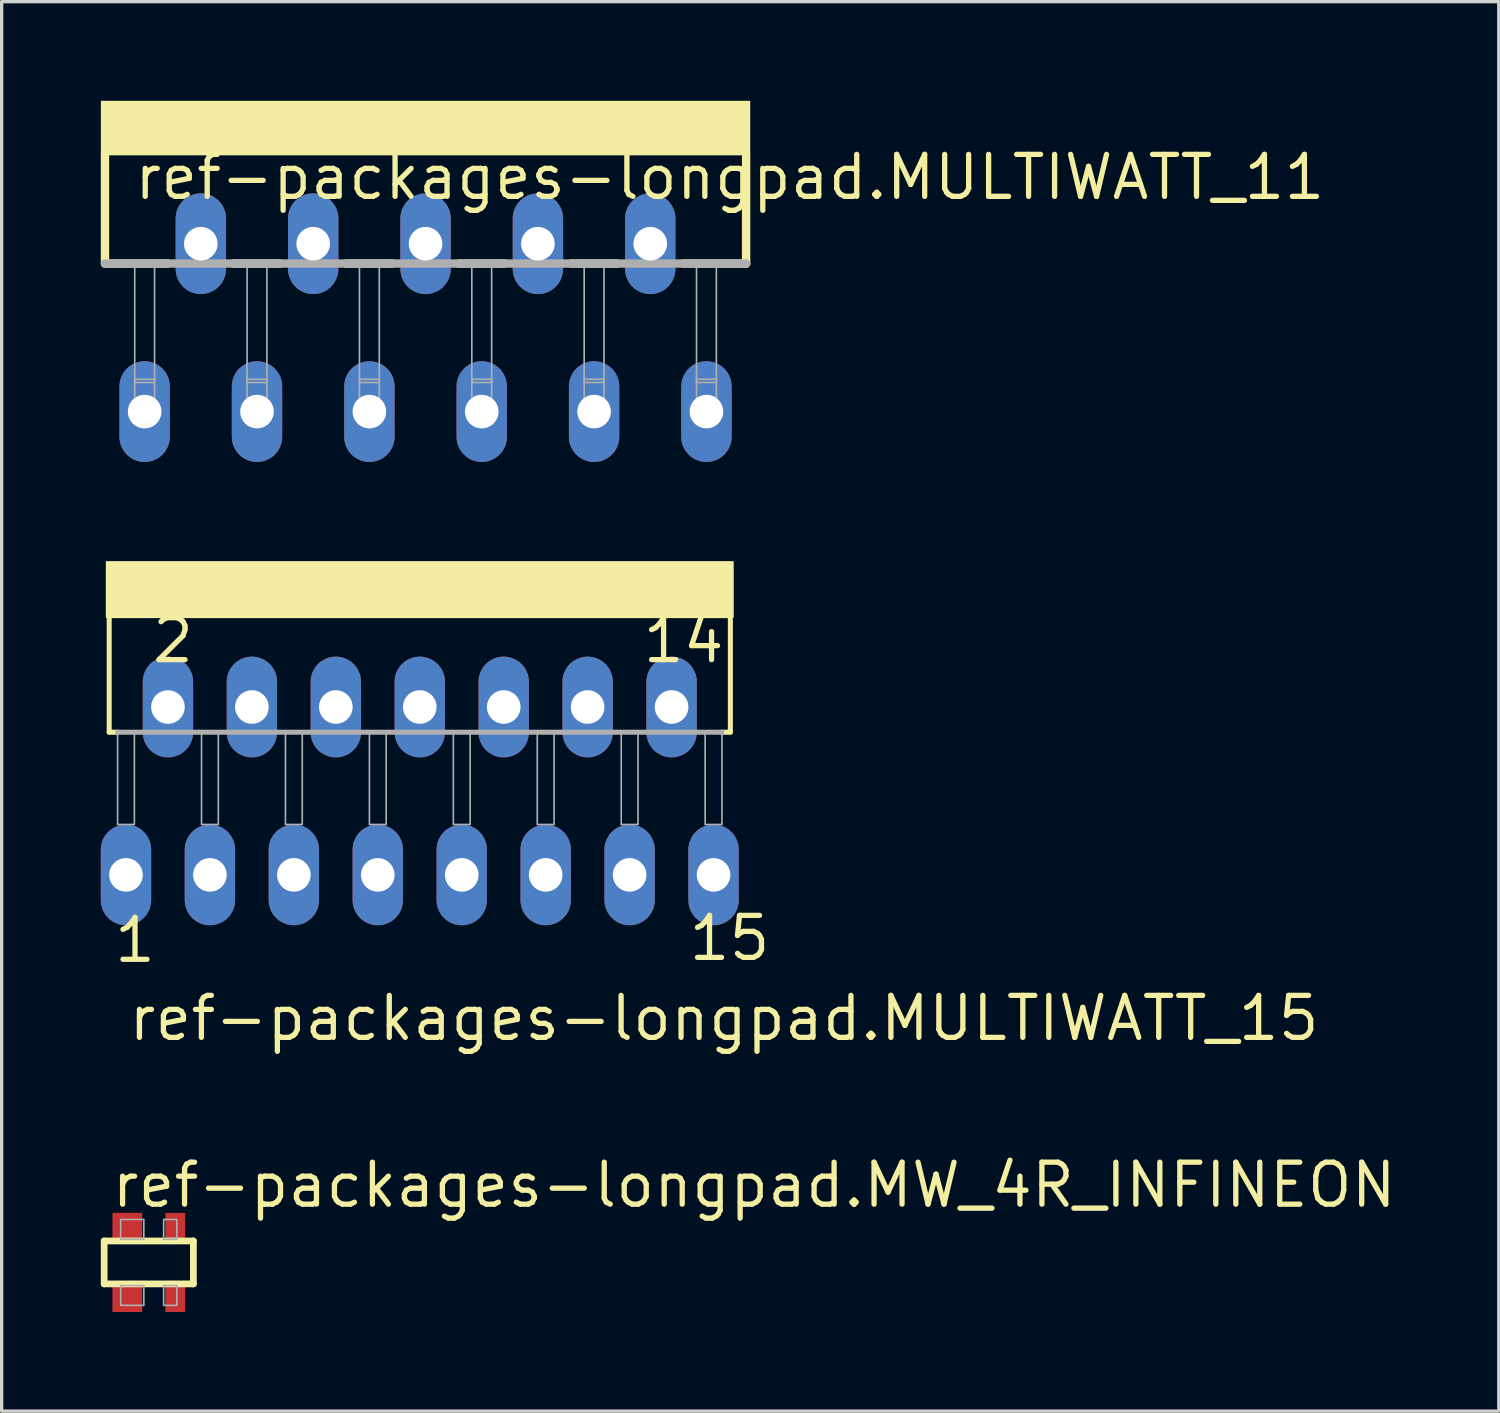
<source format=kicad_pcb>
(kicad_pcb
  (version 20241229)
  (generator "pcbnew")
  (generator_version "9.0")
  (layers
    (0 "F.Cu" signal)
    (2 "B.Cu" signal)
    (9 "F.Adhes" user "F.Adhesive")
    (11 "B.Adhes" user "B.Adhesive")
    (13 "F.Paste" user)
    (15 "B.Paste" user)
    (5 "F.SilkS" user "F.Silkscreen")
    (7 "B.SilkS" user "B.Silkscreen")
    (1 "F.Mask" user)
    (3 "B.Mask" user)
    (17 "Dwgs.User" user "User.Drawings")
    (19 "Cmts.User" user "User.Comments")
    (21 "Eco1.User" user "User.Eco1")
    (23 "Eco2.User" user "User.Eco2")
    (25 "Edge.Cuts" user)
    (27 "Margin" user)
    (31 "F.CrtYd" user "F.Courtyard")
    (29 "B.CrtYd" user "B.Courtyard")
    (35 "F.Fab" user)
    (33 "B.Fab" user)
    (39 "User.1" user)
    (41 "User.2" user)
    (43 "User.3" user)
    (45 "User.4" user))
  (footprint "ref-packages-longpad.MW_4R_INFINEON"
    (layer "F.Cu")
    (at 1.452 35.151)
    (property "Reference" "ref-packages-longpad.MW_4R_INFINEON" (at -1.2 -1.6 0) (layer "F.SilkS") (effects (font (size 1.27 1.27) (thickness 0.16)) (justify left bottom)))
    (attr smd)
    (fp_line (start -1.35 -0.65) (end -1.35 0.65) (stroke (width 0.203) (type default)) (layer "F.SilkS"))
    (fp_line (start -1.35 0.65) (end 1.35 0.65) (stroke (width 0.203) (type default)) (layer "F.SilkS"))
    (fp_line (start 1.35 -0.65) (end -1.35 -0.65) (stroke (width 0.203) (type default)) (layer "F.SilkS"))
    (fp_line (start 1.35 0.65) (end 1.35 -0.65) (stroke (width 0.203) (type default)) (layer "F.SilkS"))
    (fp_rect (start -0.85 -0.7) (end -0.15 -1.3) (stroke (width 0.05) (type default)) (fill no) (layer "F.Fab"))
    (fp_rect (start -0.85 1.3) (end -0.15 0.7) (stroke (width 0.05) (type default)) (fill no) (layer "F.Fab"))
    (fp_rect (start 0.45 -0.7) (end 0.85 -1.3) (stroke (width 0.05) (type default)) (fill no) (layer "F.Fab"))
    (fp_rect (start 0.45 1.3) (end 0.85 0.7) (stroke (width 0.05) (type default)) (fill no) (layer "F.Fab"))
    (pad "1" smd roundrect (at -0.65 1.05) (size 0.9 0.9) (layers "F.Cu" "F.Mask" "F.Paste") (roundrect_rratio 0.01))
    (pad "2" smd roundrect (at 0.8 1.05) (size 0.6 0.9) (layers "F.Cu" "F.Mask" "F.Paste") (roundrect_rratio 0.01))
    (pad "3" smd roundrect (at 0.8 -1.05) (size 0.6 0.9) (layers "F.Cu" "F.Mask" "F.Paste") (roundrect_rratio 0.01))
    (pad "4" smd roundrect (at -0.65 -1.05) (size 0.9 0.9) (layers "F.Cu" "F.Mask" "F.Paste") (roundrect_rratio 0.01)))
  (footprint "ref-packages-longpad.MULTIWATT_15"
    (layer "F.Cu")
    (at 9.652 15.804)
    (property "Reference" "ref-packages-longpad.MULTIWATT_15" (at -8.89 12.7 0) (layer "F.SilkS") (effects (font (size 1.27 1.27) (thickness 0.16)) (justify left bottom)))
    (attr through_hole)
    (fp_line (start -9.398 -0.254) (end -9.398 3.302) (stroke (width 0.152) (type default)) (layer "F.SilkS"))
    (fp_line (start -9.398 3.302) (end -9.144 3.302) (stroke (width 0.152) (type default)) (layer "F.SilkS"))
    (fp_line (start 9.144 3.302) (end 9.398 3.302) (stroke (width 0.152) (type default)) (layer "F.SilkS"))
    (fp_line (start 9.398 -0.254) (end 9.398 3.302) (stroke (width 0.152) (type default)) (layer "F.SilkS"))
    (fp_rect (start -9.475 -0.175) (end 9.475 -1.85) (stroke (width 0.05) (type default)) (fill yes) (layer "F.SilkS"))
    (fp_line (start -9.144 3.302) (end 9.144 3.302) (stroke (width 0.152) (type default)) (layer "F.Fab"))
    (fp_rect (start -9.144 6.096) (end -8.636 3.302) (stroke (width 0.05) (type default)) (fill no) (layer "F.Fab"))
    (fp_rect (start -6.604 6.096) (end -6.096 3.302) (stroke (width 0.05) (type default)) (fill no) (layer "F.Fab"))
    (fp_rect (start -4.064 6.096) (end -3.556 3.302) (stroke (width 0.05) (type default)) (fill no) (layer "F.Fab"))
    (fp_rect (start -1.524 6.096) (end -1.016 3.302) (stroke (width 0.05) (type default)) (fill no) (layer "F.Fab"))
    (fp_rect (start 1.016 6.096) (end 1.524 3.302) (stroke (width 0.05) (type default)) (fill no) (layer "F.Fab"))
    (fp_rect (start 3.556 6.096) (end 4.064 3.302) (stroke (width 0.05) (type default)) (fill no) (layer "F.Fab"))
    (fp_rect (start 6.096 6.096) (end 6.604 3.302) (stroke (width 0.05) (type default)) (fill no) (layer "F.Fab"))
    (fp_rect (start 8.636 6.096) (end 9.144 3.302) (stroke (width 0.05) (type default)) (fill no) (layer "F.Fab"))
    (fp_text user "1" (at -9.327 10.338 0) (layer "F.SilkS") (effects (font (size 1.27 1.27) (thickness 0.16)) (justify left bottom)))
    (fp_text user "2" (at -8.177 1.27 0) (layer "F.SilkS") (effects (font (size 1.27 1.27) (thickness 0.16)) (justify left bottom)))
    (fp_text user "14" (at 6.668 1.27 0) (layer "F.SilkS") (effects (font (size 1.27 1.27) (thickness 0.16)) (justify left bottom)))
    (fp_text user "15" (at 8.058 10.279 0) (layer "F.SilkS") (effects (font (size 1.27 1.27) (thickness 0.16)) (justify left bottom)))
    (pad "1" thru_hole oval (at -8.89 7.62 90) (size 3.048 1.524) (drill 1.016) (layers "*.Cu" "*.Mask"))
    (pad "2" thru_hole oval (at -7.62 2.54 90) (size 3.048 1.524) (drill 1.016) (layers "*.Cu" "*.Mask"))
    (pad "3" thru_hole oval (at -6.35 7.62 90) (size 3.048 1.524) (drill 1.016) (layers "*.Cu" "*.Mask"))
    (pad "4" thru_hole oval (at -5.08 2.54 90) (size 3.048 1.524) (drill 1.016) (layers "*.Cu" "*.Mask"))
    (pad "5" thru_hole oval (at -3.81 7.62 90) (size 3.048 1.524) (drill 1.016) (layers "*.Cu" "*.Mask"))
    (pad "6" thru_hole oval (at -2.54 2.54 90) (size 3.048 1.524) (drill 1.016) (layers "*.Cu" "*.Mask"))
    (pad "7" thru_hole oval (at -1.27 7.62 90) (size 3.048 1.524) (drill 1.016) (layers "*.Cu" "*.Mask"))
    (pad "8" thru_hole oval (at 0 2.54 90) (size 3.048 1.524) (drill 1.016) (layers "*.Cu" "*.Mask"))
    (pad "9" thru_hole oval (at 1.27 7.62 90) (size 3.048 1.524) (drill 1.016) (layers "*.Cu" "*.Mask"))
    (pad "10" thru_hole oval (at 2.54 2.54 90) (size 3.048 1.524) (drill 1.016) (layers "*.Cu" "*.Mask"))
    (pad "11" thru_hole oval (at 3.81 7.62 90) (size 3.048 1.524) (drill 1.016) (layers "*.Cu" "*.Mask"))
    (pad "12" thru_hole oval (at 5.08 2.54 90) (size 3.048 1.524) (drill 1.016) (layers "*.Cu" "*.Mask"))
    (pad "13" thru_hole oval (at 6.35 7.62 90) (size 3.048 1.524) (drill 1.016) (layers "*.Cu" "*.Mask"))
    (pad "14" thru_hole oval (at 7.62 2.54 90) (size 3.048 1.524) (drill 1.016) (layers "*.Cu" "*.Mask"))
    (pad "15" thru_hole oval (at 8.89 7.62 90) (size 3.048 1.524) (drill 1.016) (layers "*.Cu" "*.Mask")))
  (footprint "ref-packages-longpad.MULTIWATT_11"
    (layer "F.Cu")
    (at 9.827 3.055)
    (property "Reference" "ref-packages-longpad.MULTIWATT_11" (at -8.89 0 0) (layer "F.SilkS") (effects (font (size 1.27 1.27) (thickness 0.16)) (justify left bottom)))
    (attr through_hole)
    (fp_line (start -9.7 1.87) (end -9.7 -1.43) (stroke (width 0.254) (type default)) (layer "F.SilkS"))
    (fp_line (start -9.7 1.87) (end -7.8 1.87) (stroke (width 0.254) (type default)) (layer "F.SilkS"))
    (fp_line (start -5.8 1.87) (end -4.4 1.87) (stroke (width 0.254) (type default)) (layer "F.SilkS"))
    (fp_line (start -2.4 1.87) (end -1 1.87) (stroke (width 0.254) (type default)) (layer "F.SilkS"))
    (fp_line (start 1 1.87) (end 2.4 1.87) (stroke (width 0.254) (type default)) (layer "F.SilkS"))
    (fp_line (start 4.4 1.87) (end 5.8 1.87) (stroke (width 0.254) (type default)) (layer "F.SilkS"))
    (fp_line (start 7.8 1.87) (end 9.7 1.87) (stroke (width 0.254) (type default)) (layer "F.SilkS"))
    (fp_line (start 9.7 1.87) (end 9.7 -1.43) (stroke (width 0.254) (type default)) (layer "F.SilkS"))
    (fp_rect (start -9.8 -1.43) (end 9.8 -3.03) (stroke (width 0.05) (type default)) (fill yes) (layer "F.SilkS"))
    (fp_line (start -9.7 1.87) (end 9.7 1.87) (stroke (width 0.254) (type default)) (layer "F.Fab"))
    (fp_rect (start -8.8 5.47) (end -8.2 1.97) (stroke (width 0.05) (type default)) (fill no) (layer "F.Fab"))
    (fp_rect (start -8.8 6.57) (end -8.2 5.37) (stroke (width 0.05) (type default)) (fill no) (layer "F.Fab"))
    (fp_rect (start -5.4 5.47) (end -4.8 1.97) (stroke (width 0.05) (type default)) (fill no) (layer "F.Fab"))
    (fp_rect (start -5.4 6.57) (end -4.8 5.37) (stroke (width 0.05) (type default)) (fill no) (layer "F.Fab"))
    (fp_rect (start -2 5.47) (end -1.4 1.97) (stroke (width 0.05) (type default)) (fill no) (layer "F.Fab"))
    (fp_rect (start -2 6.57) (end -1.4 5.37) (stroke (width 0.05) (type default)) (fill no) (layer "F.Fab"))
    (fp_rect (start 1.4 5.47) (end 2 1.97) (stroke (width 0.05) (type default)) (fill no) (layer "F.Fab"))
    (fp_rect (start 1.4 6.57) (end 2 5.37) (stroke (width 0.05) (type default)) (fill no) (layer "F.Fab"))
    (fp_rect (start 4.8 5.47) (end 5.4 1.97) (stroke (width 0.05) (type default)) (fill no) (layer "F.Fab"))
    (fp_rect (start 4.8 6.57) (end 5.4 5.37) (stroke (width 0.05) (type default)) (fill no) (layer "F.Fab"))
    (fp_rect (start 8.2 5.47) (end 8.8 1.97) (stroke (width 0.05) (type default)) (fill no) (layer "F.Fab"))
    (fp_rect (start 8.2 6.57) (end 8.8 5.37) (stroke (width 0.05) (type default)) (fill no) (layer "F.Fab"))
    (pad "1" thru_hole oval (at -8.5 6.35 90) (size 3.048 1.524) (drill 1.016) (layers "*.Cu" "*.Mask"))
    (pad "2" thru_hole oval (at -6.8 1.27 90) (size 3.048 1.524) (drill 1.016) (layers "*.Cu" "*.Mask"))
    (pad "3" thru_hole oval (at -5.1 6.35 90) (size 3.048 1.524) (drill 1.016) (layers "*.Cu" "*.Mask"))
    (pad "4" thru_hole oval (at -3.4 1.27 90) (size 3.048 1.524) (drill 1.016) (layers "*.Cu" "*.Mask"))
    (pad "5" thru_hole oval (at -1.7 6.35 90) (size 3.048 1.524) (drill 1.016) (layers "*.Cu" "*.Mask"))
    (pad "6" thru_hole oval (at 0 1.27 90) (size 3.048 1.524) (drill 1.016) (layers "*.Cu" "*.Mask"))
    (pad "7" thru_hole oval (at 1.7 6.35 90) (size 3.048 1.524) (drill 1.016) (layers "*.Cu" "*.Mask"))
    (pad "8" thru_hole oval (at 3.4 1.27 90) (size 3.048 1.524) (drill 1.016) (layers "*.Cu" "*.Mask"))
    (pad "9" thru_hole oval (at 5.1 6.35 90) (size 3.048 1.524) (drill 1.016) (layers "*.Cu" "*.Mask"))
    (pad "10" thru_hole oval (at 6.8 1.27 90) (size 3.048 1.524) (drill 1.016) (layers "*.Cu" "*.Mask"))
    (pad "11" thru_hole oval (at 8.5 6.35 90) (size 3.048 1.524) (drill 1.016) (layers "*.Cu" "*.Mask")))
  (gr_rect
    (start -3 -3)
    (end 42.303 39.651)
    (stroke (width 0.1) (type default))
    (fill no)
    (layer "Edge.Cuts")))
</source>
